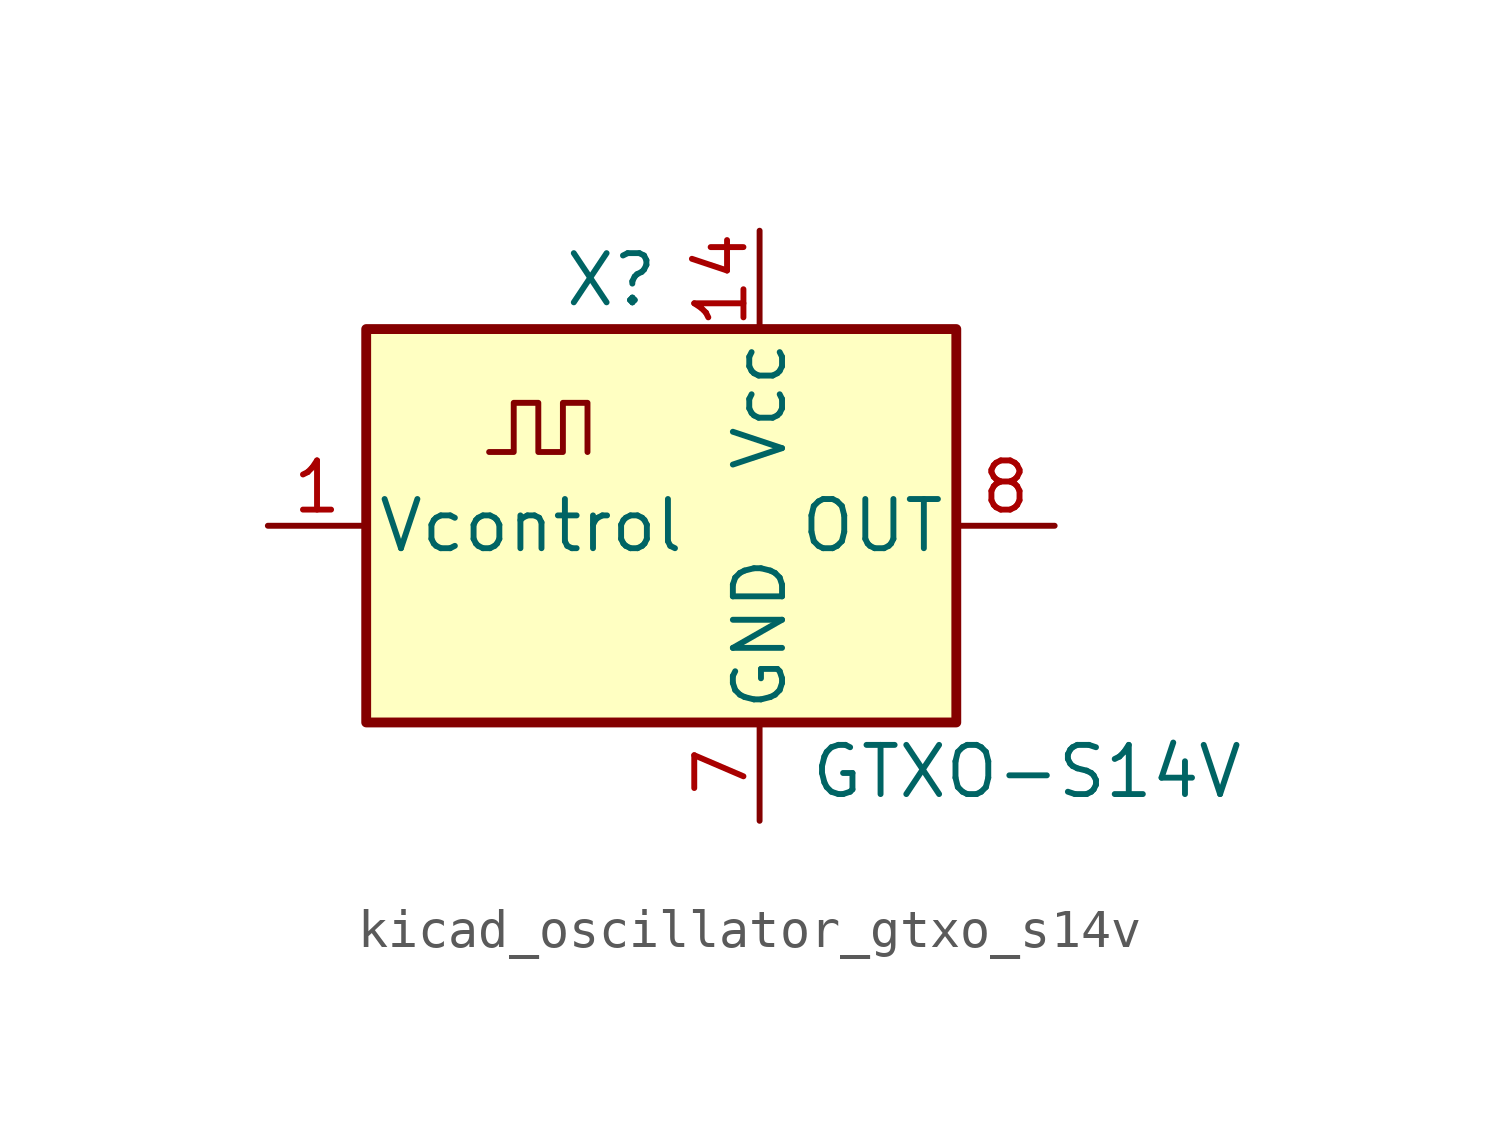
<source format=kicad_sym>
(kicad_symbol_lib
  (version 20220914)
  (generator kicad_symbol_editor)
  (symbol "kicad_oscillator_gtxo_s14v"
    (pin_names
      (offset 0.254))
    (property "Reference" "X"
      (at -5.08 6.35 0)
      (effects (font (size 1.27 1.27)) (justify left)))
    (property "Value" "GTXO-S14V"
      (at 1.27 -6.35 0)
      (effects (font (size 1.27 1.27)) (justify left)))
    (symbol "kicad_oscillator_gtxo_s14v_0_1"
      (rectangle (start -10.16 5.08) (end 5.08 -5.08) (stroke (width 0.254) (type default)) (fill (type background)))
      (polyline (pts (xy -6.985 1.905) (xy -6.35 1.905) (xy -6.35 3.175) (xy -5.715 3.175) (xy -5.715 1.905) (xy -5.08 1.905) (xy -5.08 3.175) (xy -4.445 3.175) (xy -4.445 1.905)) (stroke (width 0) (type default)) (fill (type none))))
    (symbol "kicad_oscillator_gtxo_s14v_1_1"
      (pin input line (at -12.7 0 0) (length 2.54) (name "Vcontrol" (effects (font (size 1.27 1.27)))) (number "1" (effects (font (size 1.27 1.27)))))
      (pin power_in line (at 0 7.62 270) (length 2.54) (name "Vcc" (effects (font (size 1.27 1.27)))) (number "14" (effects (font (size 1.27 1.27)))))
      (pin power_in line (at 0 -7.62 90) (length 2.54) (name "GND" (effects (font (size 1.27 1.27)))) (number "7" (effects (font (size 1.27 1.27)))))
      (pin output line (at 7.62 0 180) (length 2.54) (name "OUT" (effects (font (size 1.27 1.27)))) (number "8" (effects (font (size 1.27 1.27))))))))
</source>
